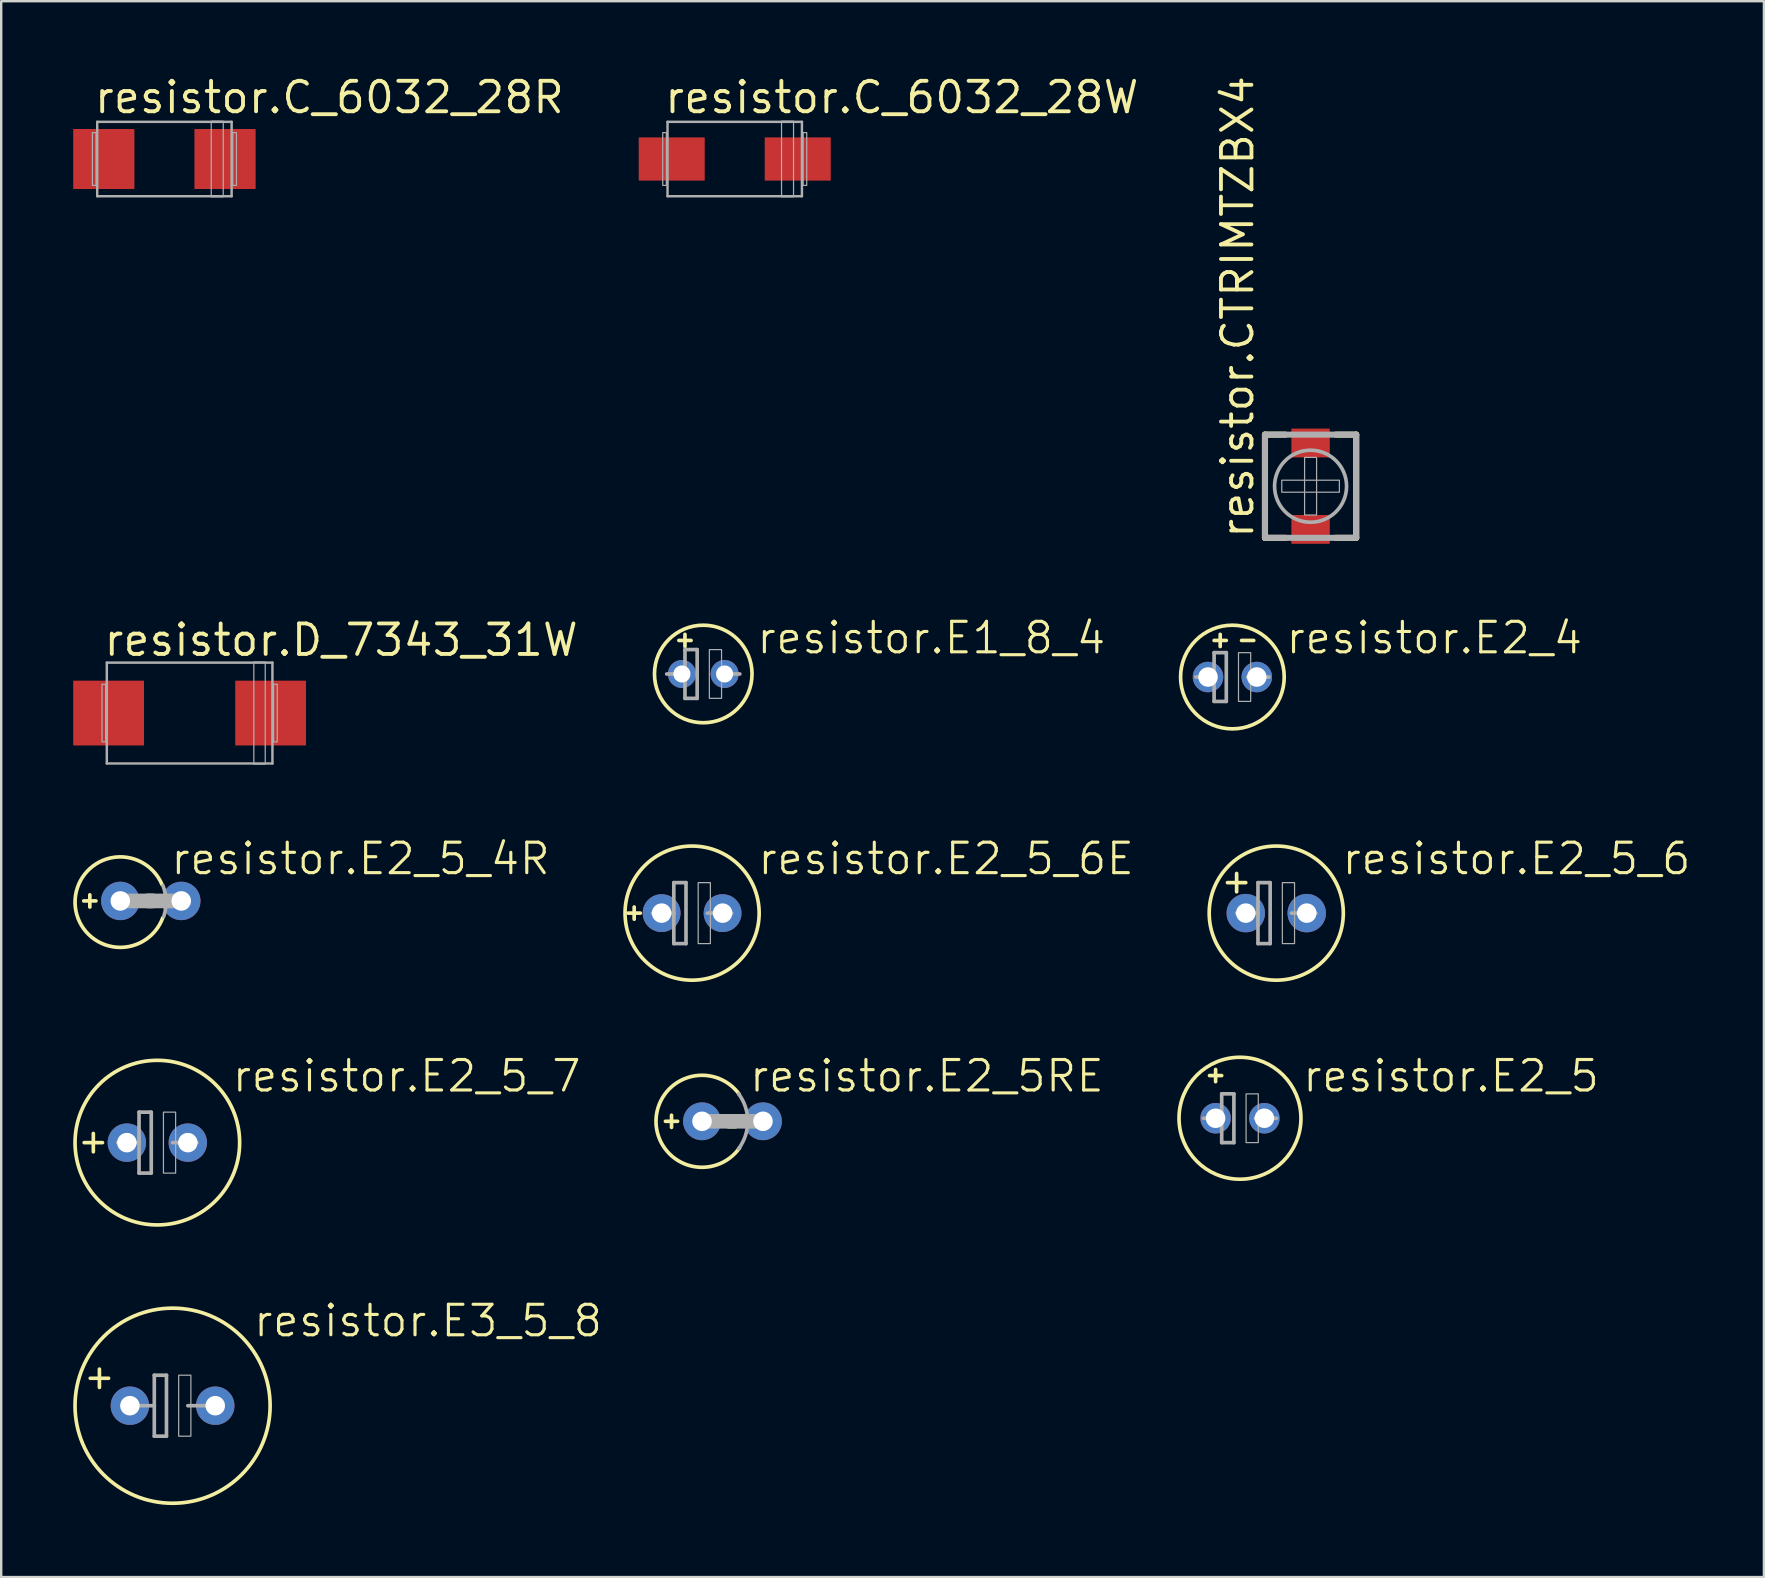
<source format=kicad_pcb>
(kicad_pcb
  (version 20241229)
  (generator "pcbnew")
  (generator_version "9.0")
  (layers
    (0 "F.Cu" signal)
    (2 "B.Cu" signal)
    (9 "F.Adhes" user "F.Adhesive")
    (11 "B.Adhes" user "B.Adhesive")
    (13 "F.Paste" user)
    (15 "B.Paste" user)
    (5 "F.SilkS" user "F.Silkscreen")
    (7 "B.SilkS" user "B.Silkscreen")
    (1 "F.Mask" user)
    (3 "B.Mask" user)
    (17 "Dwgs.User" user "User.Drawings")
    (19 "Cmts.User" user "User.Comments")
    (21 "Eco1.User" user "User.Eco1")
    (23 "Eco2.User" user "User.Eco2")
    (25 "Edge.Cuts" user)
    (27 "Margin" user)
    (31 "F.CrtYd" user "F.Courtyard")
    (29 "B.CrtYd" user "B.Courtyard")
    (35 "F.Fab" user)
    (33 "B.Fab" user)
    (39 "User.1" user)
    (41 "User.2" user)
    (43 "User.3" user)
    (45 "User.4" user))
  (footprint "resistor.E2_5_4R"
    (layer "F.Cu")
    (at 3.232 34.484)
    (property "Reference" "resistor.E2_5_4R" (at 0.762 -1.016 0) (layer "F.SilkS") (effects (font (size 1.27 1.27) (thickness 0.13)) (justify left bottom)))
    (attr through_hole)
    (fp_line (start -2.794 0) (end -2.286 0) (stroke (width 0.152) (type default)) (layer "F.SilkS"))
    (fp_line (start -2.54 0.254) (end -2.54 -0.254) (stroke (width 0.152) (type default)) (layer "F.SilkS"))
    (fp_line (start -0.127 0) (end 0.076 0) (stroke (width 0.61) (type default)) (layer "F.SilkS"))
    (fp_arc (start 0.499999 0.7) (mid -3.154828 0.097109) (end 0.465777 -0.685489) (stroke (width 0.1524) (type default)) (layer "F.SilkS"))
    (fp_line (start 1.27 0) (end -1.27 0) (stroke (width 0.61) (type default)) (layer "F.Fab"))
    (fp_arc (start 0.508 -0.635) (mid 0.634982 0.002505) (end 0.5403 0.6456) (stroke (width 0.1524) (type default)) (layer "F.Fab"))
    (pad "+" thru_hole circle (at -1.27 0) (size 1.6 1.6) (drill 0.813) (layers "*.Cu" "*.Mask"))
    (pad "-" thru_hole circle (at 1.27 0) (size 1.6 1.6) (drill 0.813) (layers "*.Cu" "*.Mask")))
  (footprint "resistor.C_6032_28R"
    (layer "F.Cu")
    (at 3.8 3.575)
    (property "Reference" "resistor.C_6032_28R" (at -3 -1.825 0) (layer "F.SilkS") (effects (font (size 1.27 1.27) (thickness 0.16)) (justify left bottom)))
    (attr smd)
    (fp_line (start -2.8 -1.55) (end 2.8 -1.55) (stroke (width 0.102) (type default)) (layer "F.Fab"))
    (fp_line (start -2.8 1.55) (end -2.8 -1.55) (stroke (width 0.102) (type default)) (layer "F.Fab"))
    (fp_line (start 2.8 -1.55) (end 2.8 1.55) (stroke (width 0.102) (type default)) (layer "F.Fab"))
    (fp_line (start 2.8 1.55) (end -2.8 1.55) (stroke (width 0.102) (type default)) (layer "F.Fab"))
    (fp_rect (start -3 1.1) (end -2.85 -1.1) (stroke (width 0.05) (type default)) (fill no) (layer "F.Fab"))
    (fp_rect (start 1.95 1.575) (end 2.45 -1.575) (stroke (width 0.05) (type default)) (fill no) (layer "F.Fab"))
    (fp_rect (start 2.85 1.1) (end 3 -1.1) (stroke (width 0.05) (type default)) (fill no) (layer "F.Fab"))
    (pad "+" smd roundrect (at 2.525 0) (size 2.55 2.5) (layers "F.Cu" "F.Mask" "F.Paste") (roundrect_rratio 0.01))
    (pad "-" smd roundrect (at -2.525 0) (size 2.55 2.5) (layers "F.Cu" "F.Mask" "F.Paste") (roundrect_rratio 0.01)))
  (footprint "resistor.E1_8_4"
    (layer "F.Cu")
    (at 26.249 25.029)
    (property "Reference" "resistor.E1_8_4" (at 2.159 -0.762 0) (layer "F.SilkS") (effects (font (size 1.27 1.27) (thickness 0.13)) (justify left bottom)))
    (attr through_hole)
    (fp_line (start -1.016 -1.397) (end -0.508 -1.397) (stroke (width 0.152) (type default)) (layer "F.SilkS"))
    (fp_line (start -0.762 -1.143) (end -0.762 -1.651) (stroke (width 0.152) (type default)) (layer "F.SilkS"))
    (fp_circle (center 0 0) (end 2.032 0) (stroke (width 0.152) (type default)) (fill no) (layer "F.SilkS"))
    (fp_line (start -1.524 0) (end -0.762 0) (stroke (width 0.152) (type default)) (layer "F.Fab"))
    (fp_line (start -0.762 -1.016) (end -0.762 0) (stroke (width 0.152) (type default)) (layer "F.Fab"))
    (fp_line (start -0.762 0) (end -0.762 1.016) (stroke (width 0.152) (type default)) (layer "F.Fab"))
    (fp_line (start -0.762 1.016) (end -0.254 1.016) (stroke (width 0.152) (type default)) (layer "F.Fab"))
    (fp_line (start -0.254 -1.016) (end -0.762 -1.016) (stroke (width 0.152) (type default)) (layer "F.Fab"))
    (fp_line (start -0.254 1.016) (end -0.254 -1.016) (stroke (width 0.152) (type default)) (layer "F.Fab"))
    (fp_line (start 0.635 0) (end 1.524 0) (stroke (width 0.152) (type default)) (layer "F.Fab"))
    (fp_rect (start 0.254 1.016) (end 0.762 -1.016) (stroke (width 0.05) (type default)) (fill no) (layer "F.Fab"))
    (pad "+" thru_hole circle (at -0.889 0) (size 1.168 1.168) (drill 0.711) (layers "*.Cu" "*.Mask"))
    (pad "-" thru_hole circle (at 0.889 0) (size 1.168 1.168) (drill 0.711) (layers "*.Cu" "*.Mask")))
  (footprint "resistor.CTRIMTZBX4"
    (layer "F.Cu")
    (at 51.551 17.207)
    (property "Reference" "resistor.CTRIMTZBX4" (at -2.3 2.25 90) (layer "F.SilkS") (effects (font (size 1.27 1.27) (thickness 0.16)) (justify left bottom)))
    (attr smd)
    (fp_line (start -1.9 -2.15) (end -1.05 -2.15) (stroke (width 0.254) (type default)) (layer "F.SilkS"))
    (fp_line (start -1.9 2.15) (end -1.9 -2.15) (stroke (width 0.254) (type default)) (layer "F.SilkS"))
    (fp_line (start -1.05 2.15) (end -1.9 2.15) (stroke (width 0.254) (type default)) (layer "F.SilkS"))
    (fp_line (start 1.05 2.15) (end 1.9 2.15) (stroke (width 0.254) (type default)) (layer "F.SilkS"))
    (fp_line (start 1.9 -2.15) (end 1.05 -2.15) (stroke (width 0.254) (type default)) (layer "F.SilkS"))
    (fp_line (start 1.9 2.15) (end 1.9 -2.15) (stroke (width 0.254) (type default)) (layer "F.SilkS"))
    (fp_line (start -1.9 -2.15) (end -1.9 2.15) (stroke (width 0.254) (type default)) (layer "F.Fab"))
    (fp_line (start -1.9 2.15) (end 1.9 2.15) (stroke (width 0.254) (type default)) (layer "F.Fab"))
    (fp_line (start 1.9 -2.15) (end -1.9 -2.15) (stroke (width 0.254) (type default)) (layer "F.Fab"))
    (fp_line (start 1.9 2.15) (end 1.9 -2.15) (stroke (width 0.254) (type default)) (layer "F.Fab"))
    (fp_rect (start -1.2 0.25) (end 1.2 -0.25) (stroke (width 0.05) (type default)) (fill no) (layer "F.Fab"))
    (fp_rect (start -0.25 1.2) (end 0.25 -1.2) (stroke (width 0.05) (type default)) (fill no) (layer "F.Fab"))
    (fp_circle (center 0 0) (end 1.5 0) (stroke (width 0.152) (type default)) (fill no) (layer "F.Fab"))
    (pad "1" smd roundrect (at 0 -1.8) (size 1.6 1.2) (layers "F.Cu" "F.Mask" "F.Paste") (roundrect_rratio 0.01))
    (pad "2" smd roundrect (at 0 1.8) (size 1.6 1.2) (layers "F.Cu" "F.Mask" "F.Paste") (roundrect_rratio 0.01)))
  (footprint "resistor.E2_4"
    (layer "F.Cu")
    (at 48.294 25.156)
    (property "Reference" "resistor.E2_4" (at 2.159 -0.889 0) (layer "F.SilkS") (effects (font (size 1.27 1.27) (thickness 0.13)) (justify left bottom)))
    (attr through_hole)
    (fp_line (start -0.762 -1.524) (end -0.254 -1.524) (stroke (width 0.152) (type default)) (layer "F.SilkS"))
    (fp_line (start -0.508 -1.27) (end -0.508 -1.778) (stroke (width 0.152) (type default)) (layer "F.SilkS"))
    (fp_line (start 0.381 -1.524) (end 0.889 -1.524) (stroke (width 0.152) (type default)) (layer "F.SilkS"))
    (fp_circle (center 0 0) (end 2.159 0) (stroke (width 0.152) (type default)) (fill no) (layer "F.SilkS"))
    (fp_line (start -1.524 0) (end -0.762 0) (stroke (width 0.152) (type default)) (layer "F.Fab"))
    (fp_line (start -0.762 -1.016) (end -0.762 0) (stroke (width 0.152) (type default)) (layer "F.Fab"))
    (fp_line (start -0.762 0) (end -0.762 1.016) (stroke (width 0.152) (type default)) (layer "F.Fab"))
    (fp_line (start -0.762 1.016) (end -0.254 1.016) (stroke (width 0.152) (type default)) (layer "F.Fab"))
    (fp_line (start -0.254 -1.016) (end -0.762 -1.016) (stroke (width 0.152) (type default)) (layer "F.Fab"))
    (fp_line (start -0.254 1.016) (end -0.254 -1.016) (stroke (width 0.152) (type default)) (layer "F.Fab"))
    (fp_line (start 0.635 0) (end 1.524 0) (stroke (width 0.152) (type default)) (layer "F.Fab"))
    (fp_rect (start 0.254 1.016) (end 0.762 -1.016) (stroke (width 0.05) (type default)) (fill no) (layer "F.Fab"))
    (pad "+" thru_hole circle (at -1.016 0) (size 1.27 1.27) (drill 0.813) (layers "*.Cu" "*.Mask"))
    (pad "-" thru_hole circle (at 1.016 0) (size 1.27 1.27) (drill 0.813) (layers "*.Cu" "*.Mask")))
  (footprint "resistor.E2_5_7"
    (layer "F.Cu")
    (at 3.505 44.554)
    (property "Reference" "resistor.E2_5_7" (at 3.048 -2.032 0) (layer "F.SilkS") (effects (font (size 1.27 1.27) (thickness 0.13)) (justify left bottom)))
    (attr through_hole)
    (fp_line (start -3.048 0) (end -2.286 0) (stroke (width 0.152) (type default)) (layer "F.SilkS"))
    (fp_line (start -2.667 0.381) (end -2.667 -0.381) (stroke (width 0.152) (type default)) (layer "F.SilkS"))
    (fp_circle (center 0 0) (end 3.429 0) (stroke (width 0.152) (type default)) (fill no) (layer "F.SilkS"))
    (fp_line (start -1.651 0) (end -0.762 0) (stroke (width 0.152) (type default)) (layer "F.Fab"))
    (fp_line (start -0.762 -1.27) (end -0.762 0) (stroke (width 0.152) (type default)) (layer "F.Fab"))
    (fp_line (start -0.762 0) (end -0.762 1.27) (stroke (width 0.152) (type default)) (layer "F.Fab"))
    (fp_line (start -0.762 1.27) (end -0.254 1.27) (stroke (width 0.152) (type default)) (layer "F.Fab"))
    (fp_line (start -0.254 -1.27) (end -0.762 -1.27) (stroke (width 0.152) (type default)) (layer "F.Fab"))
    (fp_line (start -0.254 1.27) (end -0.254 -1.27) (stroke (width 0.152) (type default)) (layer "F.Fab"))
    (fp_line (start 0.635 0) (end 1.651 0) (stroke (width 0.152) (type default)) (layer "F.Fab"))
    (fp_rect (start 0.254 1.27) (end 0.762 -1.27) (stroke (width 0.05) (type default)) (fill no) (layer "F.Fab"))
    (pad "+" thru_hole circle (at -1.27 0) (size 1.6 1.6) (drill 0.813) (layers "*.Cu" "*.Mask"))
    (pad "-" thru_hole circle (at 1.27 0) (size 1.6 1.6) (drill 0.813) (layers "*.Cu" "*.Mask")))
  (footprint "resistor.D_7343_31W"
    (layer "F.Cu")
    (at 4.85 26.657)
    (property "Reference" "resistor.D_7343_31W" (at -3.65 -2.3 0) (layer "F.SilkS") (effects (font (size 1.27 1.27) (thickness 0.16)) (justify left bottom)))
    (attr smd)
    (fp_line (start -3.45 -2.1) (end 3.45 -2.1) (stroke (width 0.102) (type default)) (layer "F.Fab"))
    (fp_line (start -3.45 2.1) (end -3.45 -2.1) (stroke (width 0.102) (type default)) (layer "F.Fab"))
    (fp_line (start 3.45 -2.1) (end 3.45 2.1) (stroke (width 0.102) (type default)) (layer "F.Fab"))
    (fp_line (start 3.45 2.1) (end -3.45 2.1) (stroke (width 0.102) (type default)) (layer "F.Fab"))
    (fp_rect (start -3.65 1.2) (end -3.5 -1.2) (stroke (width 0.05) (type default)) (fill no) (layer "F.Fab"))
    (fp_rect (start 2.675 2.125) (end 3.15 -2.125) (stroke (width 0.05) (type default)) (fill no) (layer "F.Fab"))
    (fp_rect (start 3.5 1.2) (end 3.65 -1.2) (stroke (width 0.05) (type default)) (fill no) (layer "F.Fab"))
    (pad "+" smd roundrect (at 3.375 0) (size 2.95 2.7) (layers "F.Cu" "F.Mask" "F.Paste") (roundrect_rratio 0.01))
    (pad "-" smd roundrect (at -3.375 0) (size 2.95 2.7) (layers "F.Cu" "F.Mask" "F.Paste") (roundrect_rratio 0.01)))
  (footprint "resistor.E2_5_6E"
    (layer "F.Cu")
    (at 25.784 34.992)
    (property "Reference" "resistor.E2_5_6E" (at 2.667 -1.524 0) (layer "F.SilkS") (effects (font (size 1.27 1.27) (thickness 0.13)) (justify left bottom)))
    (attr through_hole)
    (fp_line (start -2.413 0.254) (end -2.413 -0.254) (stroke (width 0.152) (type default)) (layer "F.SilkS"))
    (fp_line (start -2.159 0) (end -2.667 0) (stroke (width 0.152) (type default)) (layer "F.SilkS"))
    (fp_circle (center 0 0) (end 2.794 0) (stroke (width 0.152) (type default)) (fill no) (layer "F.SilkS"))
    (fp_line (start -1.651 0) (end -0.762 0) (stroke (width 0.152) (type default)) (layer "F.Fab"))
    (fp_line (start -0.762 -1.27) (end -0.762 0) (stroke (width 0.152) (type default)) (layer "F.Fab"))
    (fp_line (start -0.762 0) (end -0.762 1.27) (stroke (width 0.152) (type default)) (layer "F.Fab"))
    (fp_line (start -0.762 1.27) (end -0.254 1.27) (stroke (width 0.152) (type default)) (layer "F.Fab"))
    (fp_line (start -0.254 -1.27) (end -0.762 -1.27) (stroke (width 0.152) (type default)) (layer "F.Fab"))
    (fp_line (start -0.254 1.27) (end -0.254 -1.27) (stroke (width 0.152) (type default)) (layer "F.Fab"))
    (fp_line (start 0.635 0) (end 1.651 0) (stroke (width 0.152) (type default)) (layer "F.Fab"))
    (fp_rect (start 0.254 1.27) (end 0.762 -1.27) (stroke (width 0.05) (type default)) (fill no) (layer "F.Fab"))
    (pad "+" thru_hole circle (at -1.27 0) (size 1.575 1.575) (drill 0.813) (layers "*.Cu" "*.Mask"))
    (pad "-" thru_hole circle (at 1.27 0) (size 1.575 1.575) (drill 0.813) (layers "*.Cu" "*.Mask")))
  (footprint "resistor.E2_5_6"
    (layer "F.Cu")
    (at 50.121 34.992)
    (property "Reference" "resistor.E2_5_6" (at 2.667 -1.524 0) (layer "F.SilkS") (effects (font (size 1.27 1.27) (thickness 0.13)) (justify left bottom)))
    (attr through_hole)
    (fp_line (start -2.032 -1.27) (end -1.651 -1.27) (stroke (width 0.152) (type default)) (layer "F.SilkS"))
    (fp_line (start -1.651 -1.27) (end -1.651 -1.651) (stroke (width 0.152) (type default)) (layer "F.SilkS"))
    (fp_line (start -1.651 -1.27) (end -1.27 -1.27) (stroke (width 0.152) (type default)) (layer "F.SilkS"))
    (fp_line (start -1.651 -0.889) (end -1.651 -1.27) (stroke (width 0.152) (type default)) (layer "F.SilkS"))
    (fp_circle (center 0 0) (end 2.794 0) (stroke (width 0.152) (type default)) (fill no) (layer "F.SilkS"))
    (fp_line (start -1.651 0) (end -0.762 0) (stroke (width 0.152) (type default)) (layer "F.Fab"))
    (fp_line (start -0.762 -1.27) (end -0.762 0) (stroke (width 0.152) (type default)) (layer "F.Fab"))
    (fp_line (start -0.762 0) (end -0.762 1.27) (stroke (width 0.152) (type default)) (layer "F.Fab"))
    (fp_line (start -0.762 1.27) (end -0.254 1.27) (stroke (width 0.152) (type default)) (layer "F.Fab"))
    (fp_line (start -0.254 -1.27) (end -0.762 -1.27) (stroke (width 0.152) (type default)) (layer "F.Fab"))
    (fp_line (start -0.254 1.27) (end -0.254 -1.27) (stroke (width 0.152) (type default)) (layer "F.Fab"))
    (fp_line (start 0.635 0) (end 1.651 0) (stroke (width 0.152) (type default)) (layer "F.Fab"))
    (fp_rect (start 0.254 1.27) (end 0.762 -1.27) (stroke (width 0.05) (type default)) (fill no) (layer "F.Fab"))
    (pad "+" thru_hole circle (at -1.27 0) (size 1.6 1.6) (drill 0.813) (layers "*.Cu" "*.Mask"))
    (pad "-" thru_hole circle (at 1.27 0) (size 1.6 1.6) (drill 0.813) (layers "*.Cu" "*.Mask")))
  (footprint "resistor.E2_5RE"
    (layer "F.Cu")
    (at 27.467 43.665)
    (property "Reference" "resistor.E2_5RE" (at 0.635 -1.143 0) (layer "F.SilkS") (effects (font (size 1.27 1.27) (thickness 0.13)) (justify left bottom)))
    (attr through_hole)
    (fp_line (start -2.794 0) (end -2.286 0) (stroke (width 0.152) (type default)) (layer "F.SilkS"))
    (fp_line (start -2.54 0.254) (end -2.54 -0.254) (stroke (width 0.152) (type default)) (layer "F.SilkS"))
    (fp_line (start -0.127 0) (end 0.076 0) (stroke (width 0.61) (type default)) (layer "F.SilkS"))
    (fp_arc (start 0.299999 1.1) (mid -3.186923 0.017382) (end 0.279794 -1.128289) (stroke (width 0.1524) (type default)) (layer "F.SilkS"))
    (fp_line (start 1.27 0) (end -1.27 0) (stroke (width 0.61) (type default)) (layer "F.Fab"))
    (fp_arc (start 0.254 -1.143) (mid 0.635 0) (end 0.254 1.143) (stroke (width 0.1524) (type default)) (layer "F.Fab"))
    (pad "+" thru_hole circle (at -1.27 0) (size 1.575 1.575) (drill 0.813) (layers "*.Cu" "*.Mask"))
    (pad "-" thru_hole circle (at 1.27 0) (size 1.575 1.575) (drill 0.813) (layers "*.Cu" "*.Mask")))
  (footprint "resistor.E2_5"
    (layer "F.Cu")
    (at 48.61 43.538)
    (property "Reference" "resistor.E2_5" (at 2.54 -1.016 0) (layer "F.SilkS") (effects (font (size 1.27 1.27) (thickness 0.13)) (justify left bottom)))
    (attr through_hole)
    (fp_line (start -1.27 -1.778) (end -0.762 -1.778) (stroke (width 0.152) (type default)) (layer "F.SilkS"))
    (fp_line (start -1.016 -1.524) (end -1.016 -2.032) (stroke (width 0.152) (type default)) (layer "F.SilkS"))
    (fp_circle (center 0 0) (end 2.54 0) (stroke (width 0.152) (type default)) (fill no) (layer "F.SilkS"))
    (fp_line (start -1.524 0) (end -0.762 0) (stroke (width 0.152) (type default)) (layer "F.Fab"))
    (fp_line (start -0.762 -1.016) (end -0.762 0) (stroke (width 0.152) (type default)) (layer "F.Fab"))
    (fp_line (start -0.762 0) (end -0.762 1.016) (stroke (width 0.152) (type default)) (layer "F.Fab"))
    (fp_line (start -0.762 1.016) (end -0.254 1.016) (stroke (width 0.152) (type default)) (layer "F.Fab"))
    (fp_line (start -0.254 -1.016) (end -0.762 -1.016) (stroke (width 0.152) (type default)) (layer "F.Fab"))
    (fp_line (start -0.254 1.016) (end -0.254 -1.016) (stroke (width 0.152) (type default)) (layer "F.Fab"))
    (fp_line (start 0.635 0) (end 1.524 0) (stroke (width 0.152) (type default)) (layer "F.Fab"))
    (fp_rect (start 0.254 1.016) (end 0.762 -1.016) (stroke (width 0.05) (type default)) (fill no) (layer "F.Fab"))
    (pad "+" thru_hole circle (at -1.016 0) (size 1.27 1.27) (drill 0.813) (layers "*.Cu" "*.Mask"))
    (pad "-" thru_hole circle (at 1.016 0) (size 1.27 1.27) (drill 0.813) (layers "*.Cu" "*.Mask")))
  (footprint "resistor.C_6032_28W"
    (layer "F.Cu")
    (at 27.56 3.575)
    (property "Reference" "resistor.C_6032_28W" (at -3 -1.825 0) (layer "F.SilkS") (effects (font (size 1.27 1.27) (thickness 0.16)) (justify left bottom)))
    (attr smd)
    (fp_line (start -2.8 -1.55) (end 2.8 -1.55) (stroke (width 0.102) (type default)) (layer "F.Fab"))
    (fp_line (start -2.8 1.55) (end -2.8 -1.55) (stroke (width 0.102) (type default)) (layer "F.Fab"))
    (fp_line (start 2.8 -1.55) (end 2.8 1.55) (stroke (width 0.102) (type default)) (layer "F.Fab"))
    (fp_line (start 2.8 1.55) (end -2.8 1.55) (stroke (width 0.102) (type default)) (layer "F.Fab"))
    (fp_rect (start -3 1.1) (end -2.85 -1.1) (stroke (width 0.05) (type default)) (fill no) (layer "F.Fab"))
    (fp_rect (start 1.95 1.575) (end 2.45 -1.575) (stroke (width 0.05) (type default)) (fill no) (layer "F.Fab"))
    (fp_rect (start 2.85 1.1) (end 3 -1.1) (stroke (width 0.05) (type default)) (fill no) (layer "F.Fab"))
    (pad "+" smd roundrect (at 2.625 0) (size 2.75 1.8) (layers "F.Cu" "F.Mask" "F.Paste") (roundrect_rratio 0.01))
    (pad "-" smd roundrect (at -2.625 0) (size 2.75 1.8) (layers "F.Cu" "F.Mask" "F.Paste") (roundrect_rratio 0.01)))
  (footprint "resistor.E3_5_8"
    (layer "F.Cu")
    (at 4.14 55.514)
    (property "Reference" "resistor.E3_5_8" (at 3.302 -2.794 0) (layer "F.SilkS") (effects (font (size 1.27 1.27) (thickness 0.13)) (justify left bottom)))
    (attr through_hole)
    (fp_line (start -3.429 -1.143) (end -2.667 -1.143) (stroke (width 0.152) (type default)) (layer "F.SilkS"))
    (fp_line (start -3.048 -0.762) (end -3.048 -1.524) (stroke (width 0.152) (type default)) (layer "F.SilkS"))
    (fp_circle (center 0 0) (end 4.064 0) (stroke (width 0.152) (type default)) (fill no) (layer "F.SilkS"))
    (fp_line (start -1.651 0) (end -0.762 0) (stroke (width 0.152) (type default)) (layer "F.Fab"))
    (fp_line (start -0.762 -1.27) (end -0.762 0) (stroke (width 0.152) (type default)) (layer "F.Fab"))
    (fp_line (start -0.762 0) (end -0.762 1.27) (stroke (width 0.152) (type default)) (layer "F.Fab"))
    (fp_line (start -0.762 1.27) (end -0.254 1.27) (stroke (width 0.152) (type default)) (layer "F.Fab"))
    (fp_line (start -0.254 -1.27) (end -0.762 -1.27) (stroke (width 0.152) (type default)) (layer "F.Fab"))
    (fp_line (start -0.254 1.27) (end -0.254 -1.27) (stroke (width 0.152) (type default)) (layer "F.Fab"))
    (fp_line (start 0.635 0) (end 1.651 0) (stroke (width 0.152) (type default)) (layer "F.Fab"))
    (fp_rect (start 0.254 1.27) (end 0.762 -1.27) (stroke (width 0.05) (type default)) (fill no) (layer "F.Fab"))
    (pad "+" thru_hole circle (at -1.778 0) (size 1.6 1.6) (drill 0.813) (layers "*.Cu" "*.Mask"))
    (pad "-" thru_hole circle (at 1.778 0) (size 1.6 1.6) (drill 0.813) (layers "*.Cu" "*.Mask")))
  (gr_rect
    (start -3 -3)
    (end 70.438 62.654)
    (stroke (width 0.1) (type default))
    (fill no)
    (layer "Edge.Cuts")))
</source>
